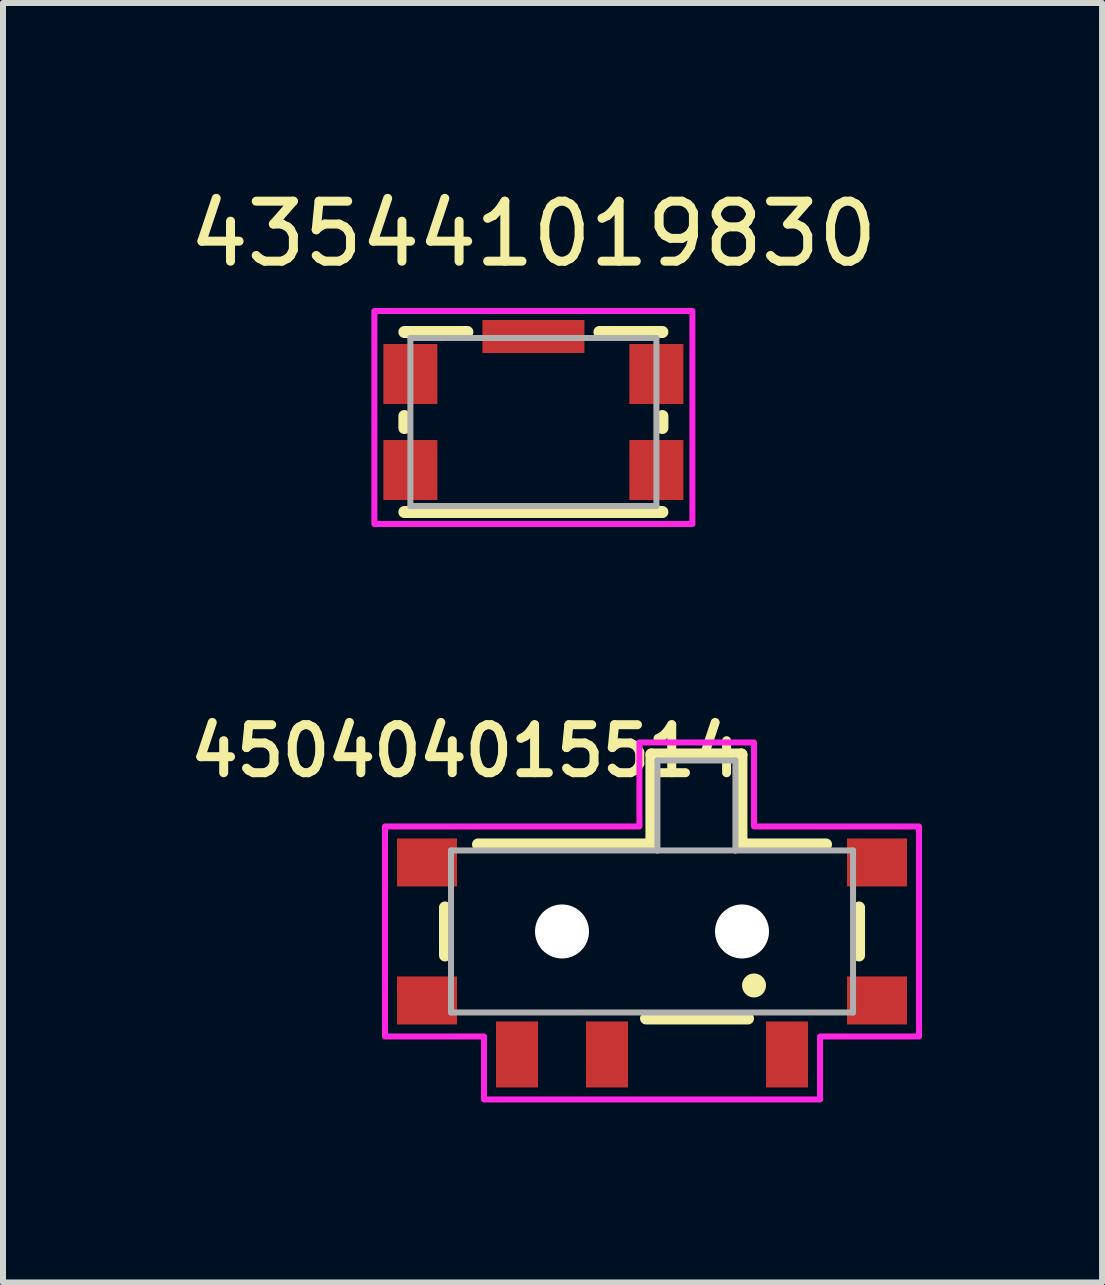
<source format=kicad_pcb>
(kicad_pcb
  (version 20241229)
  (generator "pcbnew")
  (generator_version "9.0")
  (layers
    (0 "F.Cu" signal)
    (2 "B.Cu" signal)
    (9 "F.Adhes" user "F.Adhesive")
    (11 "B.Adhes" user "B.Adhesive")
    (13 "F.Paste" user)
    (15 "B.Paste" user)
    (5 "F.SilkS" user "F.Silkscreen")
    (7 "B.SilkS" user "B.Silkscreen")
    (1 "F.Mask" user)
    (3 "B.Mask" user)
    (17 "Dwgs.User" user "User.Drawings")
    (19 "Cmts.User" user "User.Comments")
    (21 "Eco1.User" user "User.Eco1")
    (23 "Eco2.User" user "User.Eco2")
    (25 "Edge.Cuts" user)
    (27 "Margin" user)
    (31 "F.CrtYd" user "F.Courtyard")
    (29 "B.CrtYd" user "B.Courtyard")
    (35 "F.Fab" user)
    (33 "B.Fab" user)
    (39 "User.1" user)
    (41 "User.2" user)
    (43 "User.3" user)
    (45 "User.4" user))
  (footprint "435441019830"
    (layer "F.Cu")
    (at 5.839 3.983)
    (property "Reference" "435441019830" (at 0 -3.135 0) (layer "F.SilkS") (effects (font (size 1 1) (thickness 0.15))))
    (attr smd)
    (fp_line (start -2.15 -0.1) (end -2.15 0.1) (stroke (width 0.2) (type solid)) (layer "F.SilkS"))
    (fp_line (start -2.15 1.5) (end 2.15 1.5) (stroke (width 0.2) (type solid)) (layer "F.SilkS"))
    (fp_line (start -1.1 -1.5) (end -2.15 -1.5) (stroke (width 0.2) (type solid)) (layer "F.SilkS"))
    (fp_line (start 1.1 -1.5) (end 2.15 -1.5) (stroke (width 0.2) (type solid)) (layer "F.SilkS"))
    (fp_line (start 2.15 0.1) (end 2.15 -0.1) (stroke (width 0.2) (type solid)) (layer "F.SilkS"))
    (fp_poly (pts (xy -2.65 -1.85) (xy 2.65 -1.85) (xy 2.65 1.7) (xy -2.65 1.7)) (stroke (width 0.1) (type solid)) (fill no) (layer "F.CrtYd"))
    (fp_line (start -2.05 -1.4) (end 2.05 -1.4) (stroke (width 0.1) (type solid)) (layer "F.Fab"))
    (fp_line (start -2.05 1.4) (end -2.05 -1.4) (stroke (width 0.1) (type solid)) (layer "F.Fab"))
    (fp_line (start 2.05 -1.4) (end 2.05 1.4) (stroke (width 0.1) (type solid)) (layer "F.Fab"))
    (fp_line (start 2.05 1.4) (end -2.05 1.4) (stroke (width 0.1) (type solid)) (layer "F.Fab"))
    (pad "1" smd rect (at 2.05 -0.8) (size 0.9 1) (layers "F.Cu" "F.Mask" "F.Paste"))
    (pad "2" smd rect (at 2.05 0.8) (size 0.9 1) (layers "F.Cu" "F.Mask" "F.Paste"))
    (pad "3" smd rect (at -2.05 0.8) (size 0.9 1) (layers "F.Cu" "F.Mask" "F.Paste"))
    (pad "4" smd rect (at -2.05 -0.8) (size 0.9 1) (layers "F.Cu" "F.Mask" "F.Paste"))
    (pad "GND" smd rect (at 0 -1.425) (size 1.7 0.55) (layers "F.Cu" "F.Mask" "F.Paste")))
  (footprint "450404015514"
    (layer "F.Cu")
    (at 7.816 12.473)
    (property "Reference" "450404015514" (at -3.1 -3.008 0) (layer "F.SilkS") (effects (font (size 0.8 0.8) (thickness 0.15))))
    (attr through_hole)
    (fp_line (start -3.45 -0.4) (end -3.45 0.4) (stroke (width 0.2) (type solid)) (layer "F.SilkS"))
    (fp_line (start -2.9 -1.45) (end -0.01 -1.45) (stroke (width 0.2) (type solid)) (layer "F.SilkS"))
    (fp_line (start -0.1 1.45) (end 1.6 1.45) (stroke (width 0.2) (type solid)) (layer "F.SilkS"))
    (fp_line (start -0.01 -2.95) (end 1.49 -2.95) (stroke (width 0.2) (type solid)) (layer "F.SilkS"))
    (fp_line (start -0.01 -1.45) (end -0.01 -2.95) (stroke (width 0.2) (type solid)) (layer "F.SilkS"))
    (fp_line (start 1.49 -2.95) (end 1.49 -1.45) (stroke (width 0.2) (type solid)) (layer "F.SilkS"))
    (fp_line (start 1.49 -1.45) (end 2.9 -1.45) (stroke (width 0.2) (type solid)) (layer "F.SilkS"))
    (fp_line (start 3.45 0.4) (end 3.45 -0.4) (stroke (width 0.2) (type solid)) (layer "F.SilkS"))
    (fp_circle (center 1.7 0.9) (end 1.8 0.9) (stroke (width 0.2) (type solid)) (fill no) (layer "F.SilkS"))
    (fp_poly (pts (xy -0.21 -3.15) (xy 1.7 -3.15) (xy 1.7 -1.75) (xy 4.45 -1.75) (xy 4.45 1.75) (xy 2.8 1.75) (xy 2.8 2.8) (xy -2.8 2.8) (xy -2.8 1.75) (xy -4.45 1.75) (xy -4.45 -1.75) (xy -0.21 -1.75)) (stroke (width 0.1) (type solid)) (fill no) (layer "F.CrtYd"))
    (fp_line (start -3.35 -1.35) (end 0.09 -1.35) (stroke (width 0.1) (type solid)) (layer "F.Fab"))
    (fp_line (start -3.35 1.35) (end -3.35 -1.35) (stroke (width 0.1) (type solid)) (layer "F.Fab"))
    (fp_line (start 0.09 -2.85) (end 1.39 -2.85) (stroke (width 0.1) (type solid)) (layer "F.Fab"))
    (fp_line (start 0.09 -1.35) (end 0.09 -2.85) (stroke (width 0.1) (type solid)) (layer "F.Fab"))
    (fp_line (start 0.09 -1.35) (end 1.39 -1.35) (stroke (width 0.1) (type solid)) (layer "F.Fab"))
    (fp_line (start 1.39 -2.85) (end 1.39 -1.35) (stroke (width 0.1) (type solid)) (layer "F.Fab"))
    (fp_line (start 1.39 -1.35) (end 3.35 -1.35) (stroke (width 0.1) (type solid)) (layer "F.Fab"))
    (fp_line (start 3.35 -1.35) (end 3.35 1.35) (stroke (width 0.1) (type solid)) (layer "F.Fab"))
    (fp_line (start 3.35 1.35) (end -3.35 1.35) (stroke (width 0.1) (type solid)) (layer "F.Fab"))
    (pad "" np_thru_hole circle (at -1.5 0) (size 0.9 0.9) (drill 0.9) (layers "*.Cu" "*.Mask"))
    (pad "" np_thru_hole circle (at 1.5 0) (size 0.9 0.9) (drill 0.9) (layers "*.Cu" "*.Mask"))
    (pad "1" smd rect (at 2.25 2.05 90) (size 1.1 0.7) (layers "F.Cu" "F.Mask" "F.Paste"))
    (pad "2" smd rect (at -0.75 2.05 90) (size 1.1 0.7) (layers "F.Cu" "F.Mask" "F.Paste"))
    (pad "3" smd rect (at -2.25 2.05 90) (size 1.1 0.7) (layers "F.Cu" "F.Mask" "F.Paste"))
    (pad "Z1" smd rect (at -3.75 -1.15) (size 1 0.8) (layers "F.Cu" "F.Mask" "F.Paste"))
    (pad "Z2" smd rect (at 3.75 -1.15) (size 1 0.8) (layers "F.Cu" "F.Mask" "F.Paste"))
    (pad "Z3" smd rect (at 3.75 1.15) (size 1 0.8) (layers "F.Cu" "F.Mask" "F.Paste"))
    (pad "Z4" smd rect (at -3.75 1.15) (size 1 0.8) (layers "F.Cu" "F.Mask" "F.Paste")))
  (gr_rect
    (start -3 -3)
    (end 15.316 18.323)
    (stroke (width 0.1) (type default))
    (fill no)
    (layer "Edge.Cuts")))
</source>
